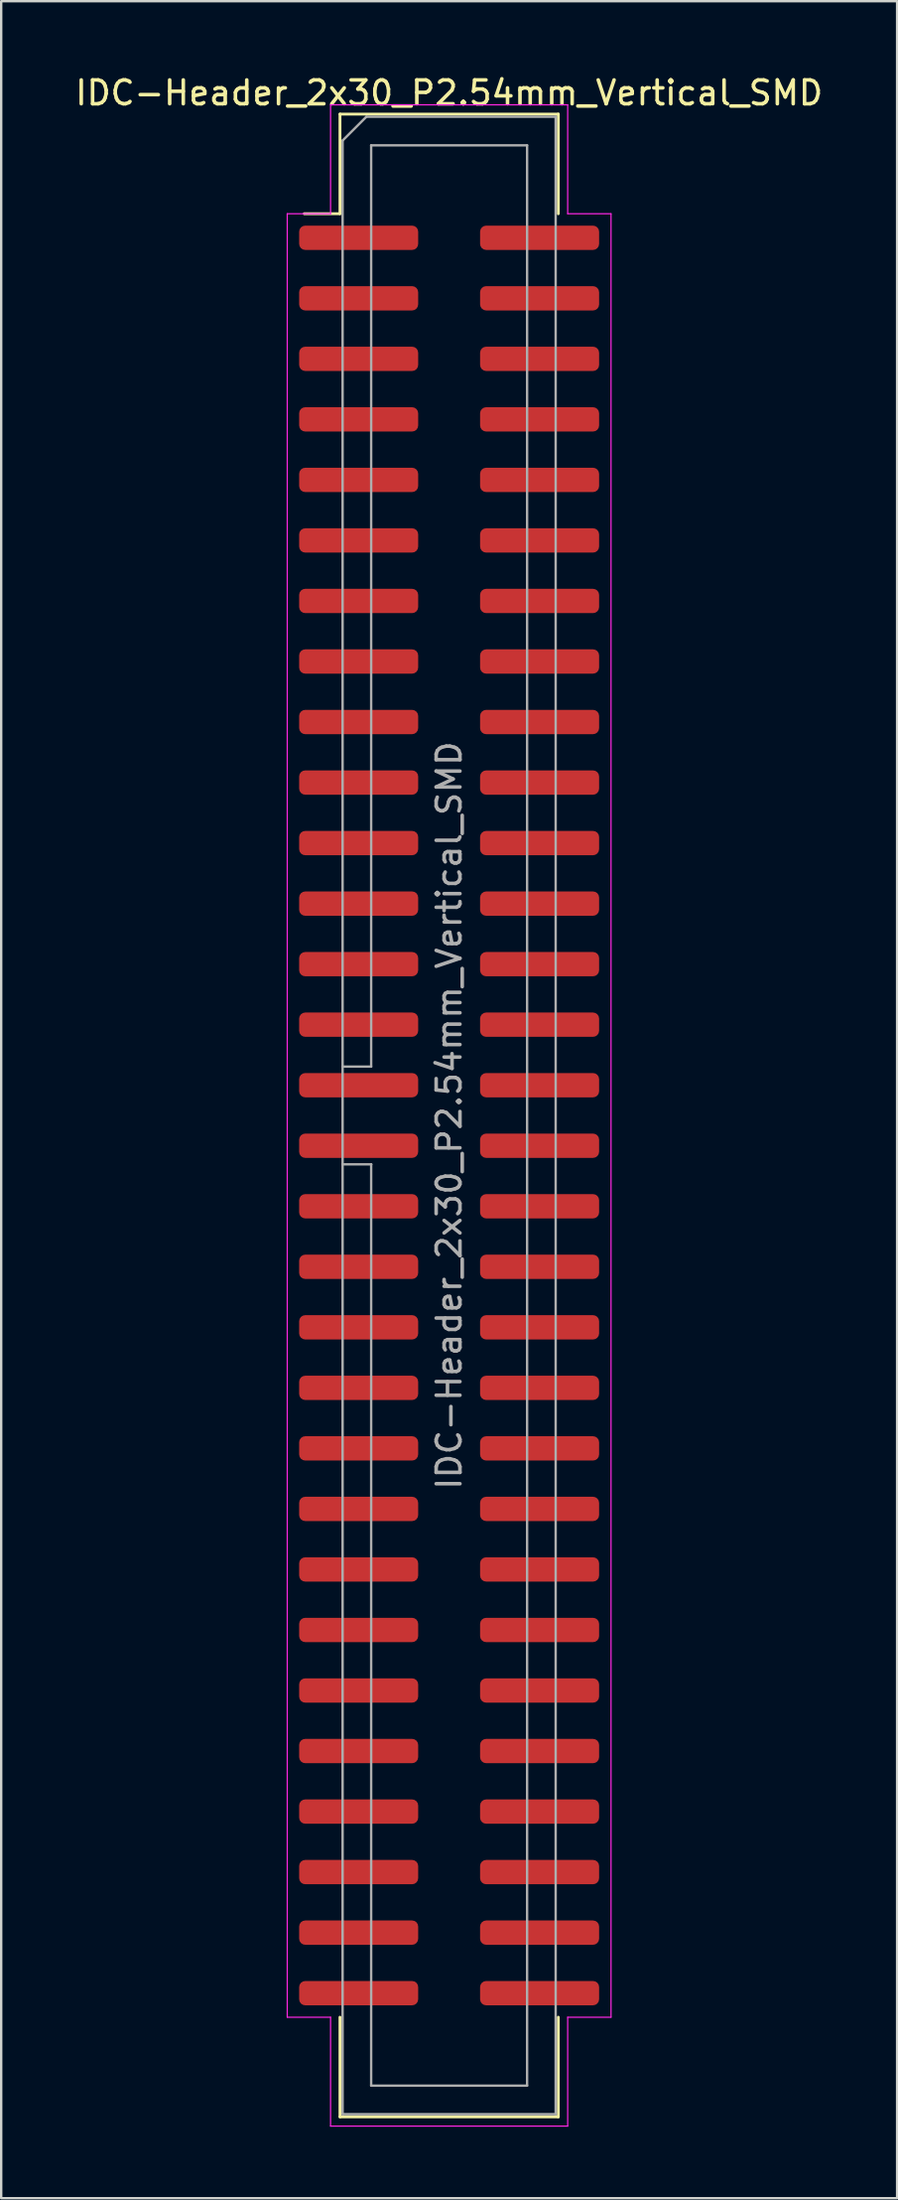
<source format=kicad_pcb>
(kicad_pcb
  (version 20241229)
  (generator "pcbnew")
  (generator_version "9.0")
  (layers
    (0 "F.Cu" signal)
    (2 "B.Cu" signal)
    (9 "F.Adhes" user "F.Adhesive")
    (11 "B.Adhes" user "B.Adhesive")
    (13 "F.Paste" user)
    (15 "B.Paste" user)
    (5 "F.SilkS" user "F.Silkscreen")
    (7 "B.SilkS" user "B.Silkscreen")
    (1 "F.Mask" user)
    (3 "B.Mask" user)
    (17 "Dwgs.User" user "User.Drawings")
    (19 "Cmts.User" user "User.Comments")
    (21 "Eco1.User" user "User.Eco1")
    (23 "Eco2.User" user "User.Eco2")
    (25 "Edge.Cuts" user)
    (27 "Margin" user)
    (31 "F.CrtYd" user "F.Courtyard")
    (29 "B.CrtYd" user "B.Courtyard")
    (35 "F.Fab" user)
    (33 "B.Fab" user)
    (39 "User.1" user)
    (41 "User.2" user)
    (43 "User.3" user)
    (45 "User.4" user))
  (footprint "IDC-Header_2x30_P2.54mm_Vertical_SMD"
    (layer "F.Cu")
    (at 15.815 43.758)
    (property "Reference" "IDC-Header_2x30_P2.54mm_Vertical_SMD" (at 0 -42.91 0) (layer "F.SilkS") (effects (font (size 1 1) (thickness 0.15))))
    (attr smd)
    (fp_line (start -4.585 -42.02) (end 4.585 -42.02) (stroke (width 0.12) (type solid)) (layer "F.SilkS"))
    (fp_line (start -4.585 -37.84) (end -6.085 -37.84) (stroke (width 0.12) (type solid)) (layer "F.SilkS"))
    (fp_line (start -4.585 -37.84) (end -4.585 -42.02) (stroke (width 0.12) (type solid)) (layer "F.SilkS"))
    (fp_line (start -4.585 37.84) (end -4.585 42.02) (stroke (width 0.12) (type solid)) (layer "F.SilkS"))
    (fp_line (start -4.585 42.02) (end 4.585 42.02) (stroke (width 0.12) (type solid)) (layer "F.SilkS"))
    (fp_line (start 4.585 -42.02) (end 4.585 -37.84) (stroke (width 0.12) (type solid)) (layer "F.SilkS"))
    (fp_line (start 4.585 42.02) (end 4.585 37.84) (stroke (width 0.12) (type solid)) (layer "F.SilkS"))
    (fp_line (start -6.8 -37.84) (end -6.8 37.84) (stroke (width 0.05) (type solid)) (layer "F.CrtYd"))
    (fp_line (start -6.8 37.84) (end -4.98 37.84) (stroke (width 0.05) (type solid)) (layer "F.CrtYd"))
    (fp_line (start -4.98 -42.41) (end -4.98 -37.84) (stroke (width 0.05) (type solid)) (layer "F.CrtYd"))
    (fp_line (start -4.98 -37.84) (end -6.8 -37.84) (stroke (width 0.05) (type solid)) (layer "F.CrtYd"))
    (fp_line (start -4.98 37.84) (end -4.98 42.41) (stroke (width 0.05) (type solid)) (layer "F.CrtYd"))
    (fp_line (start -4.98 42.41) (end 4.98 42.41) (stroke (width 0.05) (type solid)) (layer "F.CrtYd"))
    (fp_line (start 4.98 -42.41) (end -4.98 -42.41) (stroke (width 0.05) (type solid)) (layer "F.CrtYd"))
    (fp_line (start 4.98 -37.84) (end 4.98 -42.41) (stroke (width 0.05) (type solid)) (layer "F.CrtYd"))
    (fp_line (start 4.98 37.84) (end 6.8 37.84) (stroke (width 0.05) (type solid)) (layer "F.CrtYd"))
    (fp_line (start 4.98 42.41) (end 4.98 37.84) (stroke (width 0.05) (type solid)) (layer "F.CrtYd"))
    (fp_line (start 6.8 -37.84) (end 4.98 -37.84) (stroke (width 0.05) (type solid)) (layer "F.CrtYd"))
    (fp_line (start 6.8 37.84) (end 6.8 -37.84) (stroke (width 0.05) (type solid)) (layer "F.CrtYd"))
    (fp_line (start -4.475 -40.91) (end -3.475 -41.91) (stroke (width 0.1) (type solid)) (layer "F.Fab"))
    (fp_line (start -4.475 -2.05) (end -3.275 -2.05) (stroke (width 0.1) (type solid)) (layer "F.Fab"))
    (fp_line (start -4.475 41.91) (end -4.475 -40.91) (stroke (width 0.1) (type solid)) (layer "F.Fab"))
    (fp_line (start -3.475 -41.91) (end 4.475 -41.91) (stroke (width 0.1) (type solid)) (layer "F.Fab"))
    (fp_line (start -3.275 -40.71) (end 3.275 -40.71) (stroke (width 0.1) (type solid)) (layer "F.Fab"))
    (fp_line (start -3.275 -2.05) (end -3.275 -40.71) (stroke (width 0.1) (type solid)) (layer "F.Fab"))
    (fp_line (start -3.275 2.05) (end -4.475 2.05) (stroke (width 0.1) (type solid)) (layer "F.Fab"))
    (fp_line (start -3.275 2.05) (end -3.275 2.05) (stroke (width 0.1) (type solid)) (layer "F.Fab"))
    (fp_line (start -3.275 40.71) (end -3.275 2.05) (stroke (width 0.1) (type solid)) (layer "F.Fab"))
    (fp_line (start 3.275 -40.71) (end 3.275 40.71) (stroke (width 0.1) (type solid)) (layer "F.Fab"))
    (fp_line (start 3.275 40.71) (end -3.275 40.71) (stroke (width 0.1) (type solid)) (layer "F.Fab"))
    (fp_line (start 4.475 -41.91) (end 4.475 41.91) (stroke (width 0.1) (type solid)) (layer "F.Fab"))
    (fp_line (start 4.475 41.91) (end -4.475 41.91) (stroke (width 0.1) (type solid)) (layer "F.Fab"))
    (fp_text user "${REFERENCE}" (at 0 0 90) (layer "F.Fab") (effects (font (size 1 1) (thickness 0.15))))
    (pad "1" smd roundrect (at -3.8 -36.83) (size 5 1.02) (layers "F.Cu" "F.Mask" "F.Paste") (roundrect_rratio 0.25))
    (pad "2" smd roundrect (at 3.8 -36.83) (size 5 1.02) (layers "F.Cu" "F.Mask" "F.Paste") (roundrect_rratio 0.25))
    (pad "3" smd roundrect (at -3.8 -34.29) (size 5 1.02) (layers "F.Cu" "F.Mask" "F.Paste") (roundrect_rratio 0.25))
    (pad "4" smd roundrect (at 3.8 -34.29) (size 5 1.02) (layers "F.Cu" "F.Mask" "F.Paste") (roundrect_rratio 0.25))
    (pad "5" smd roundrect (at -3.8 -31.75) (size 5 1.02) (layers "F.Cu" "F.Mask" "F.Paste") (roundrect_rratio 0.25))
    (pad "6" smd roundrect (at 3.8 -31.75) (size 5 1.02) (layers "F.Cu" "F.Mask" "F.Paste") (roundrect_rratio 0.25))
    (pad "7" smd roundrect (at -3.8 -29.21) (size 5 1.02) (layers "F.Cu" "F.Mask" "F.Paste") (roundrect_rratio 0.25))
    (pad "8" smd roundrect (at 3.8 -29.21) (size 5 1.02) (layers "F.Cu" "F.Mask" "F.Paste") (roundrect_rratio 0.25))
    (pad "9" smd roundrect (at -3.8 -26.67) (size 5 1.02) (layers "F.Cu" "F.Mask" "F.Paste") (roundrect_rratio 0.25))
    (pad "10" smd roundrect (at 3.8 -26.67) (size 5 1.02) (layers "F.Cu" "F.Mask" "F.Paste") (roundrect_rratio 0.25))
    (pad "11" smd roundrect (at -3.8 -24.13) (size 5 1.02) (layers "F.Cu" "F.Mask" "F.Paste") (roundrect_rratio 0.25))
    (pad "12" smd roundrect (at 3.8 -24.13) (size 5 1.02) (layers "F.Cu" "F.Mask" "F.Paste") (roundrect_rratio 0.25))
    (pad "13" smd roundrect (at -3.8 -21.59) (size 5 1.02) (layers "F.Cu" "F.Mask" "F.Paste") (roundrect_rratio 0.25))
    (pad "14" smd roundrect (at 3.8 -21.59) (size 5 1.02) (layers "F.Cu" "F.Mask" "F.Paste") (roundrect_rratio 0.25))
    (pad "15" smd roundrect (at -3.8 -19.05) (size 5 1.02) (layers "F.Cu" "F.Mask" "F.Paste") (roundrect_rratio 0.25))
    (pad "16" smd roundrect (at 3.8 -19.05) (size 5 1.02) (layers "F.Cu" "F.Mask" "F.Paste") (roundrect_rratio 0.25))
    (pad "17" smd roundrect (at -3.8 -16.51) (size 5 1.02) (layers "F.Cu" "F.Mask" "F.Paste") (roundrect_rratio 0.25))
    (pad "18" smd roundrect (at 3.8 -16.51) (size 5 1.02) (layers "F.Cu" "F.Mask" "F.Paste") (roundrect_rratio 0.25))
    (pad "19" smd roundrect (at -3.8 -13.97) (size 5 1.02) (layers "F.Cu" "F.Mask" "F.Paste") (roundrect_rratio 0.25))
    (pad "20" smd roundrect (at 3.8 -13.97) (size 5 1.02) (layers "F.Cu" "F.Mask" "F.Paste") (roundrect_rratio 0.25))
    (pad "21" smd roundrect (at -3.8 -11.43) (size 5 1.02) (layers "F.Cu" "F.Mask" "F.Paste") (roundrect_rratio 0.25))
    (pad "22" smd roundrect (at 3.8 -11.43) (size 5 1.02) (layers "F.Cu" "F.Mask" "F.Paste") (roundrect_rratio 0.25))
    (pad "23" smd roundrect (at -3.8 -8.89) (size 5 1.02) (layers "F.Cu" "F.Mask" "F.Paste") (roundrect_rratio 0.25))
    (pad "24" smd roundrect (at 3.8 -8.89) (size 5 1.02) (layers "F.Cu" "F.Mask" "F.Paste") (roundrect_rratio 0.25))
    (pad "25" smd roundrect (at -3.8 -6.35) (size 5 1.02) (layers "F.Cu" "F.Mask" "F.Paste") (roundrect_rratio 0.25))
    (pad "26" smd roundrect (at 3.8 -6.35) (size 5 1.02) (layers "F.Cu" "F.Mask" "F.Paste") (roundrect_rratio 0.25))
    (pad "27" smd roundrect (at -3.8 -3.81) (size 5 1.02) (layers "F.Cu" "F.Mask" "F.Paste") (roundrect_rratio 0.25))
    (pad "28" smd roundrect (at 3.8 -3.81) (size 5 1.02) (layers "F.Cu" "F.Mask" "F.Paste") (roundrect_rratio 0.25))
    (pad "29" smd roundrect (at -3.8 -1.27) (size 5 1.02) (layers "F.Cu" "F.Mask" "F.Paste") (roundrect_rratio 0.25))
    (pad "30" smd roundrect (at 3.8 -1.27) (size 5 1.02) (layers "F.Cu" "F.Mask" "F.Paste") (roundrect_rratio 0.25))
    (pad "31" smd roundrect (at -3.8 1.27) (size 5 1.02) (layers "F.Cu" "F.Mask" "F.Paste") (roundrect_rratio 0.25))
    (pad "32" smd roundrect (at 3.8 1.27) (size 5 1.02) (layers "F.Cu" "F.Mask" "F.Paste") (roundrect_rratio 0.25))
    (pad "33" smd roundrect (at -3.8 3.81) (size 5 1.02) (layers "F.Cu" "F.Mask" "F.Paste") (roundrect_rratio 0.25))
    (pad "34" smd roundrect (at 3.8 3.81) (size 5 1.02) (layers "F.Cu" "F.Mask" "F.Paste") (roundrect_rratio 0.25))
    (pad "35" smd roundrect (at -3.8 6.35) (size 5 1.02) (layers "F.Cu" "F.Mask" "F.Paste") (roundrect_rratio 0.25))
    (pad "36" smd roundrect (at 3.8 6.35) (size 5 1.02) (layers "F.Cu" "F.Mask" "F.Paste") (roundrect_rratio 0.25))
    (pad "37" smd roundrect (at -3.8 8.89) (size 5 1.02) (layers "F.Cu" "F.Mask" "F.Paste") (roundrect_rratio 0.25))
    (pad "38" smd roundrect (at 3.8 8.89) (size 5 1.02) (layers "F.Cu" "F.Mask" "F.Paste") (roundrect_rratio 0.25))
    (pad "39" smd roundrect (at -3.8 11.43) (size 5 1.02) (layers "F.Cu" "F.Mask" "F.Paste") (roundrect_rratio 0.25))
    (pad "40" smd roundrect (at 3.8 11.43) (size 5 1.02) (layers "F.Cu" "F.Mask" "F.Paste") (roundrect_rratio 0.25))
    (pad "41" smd roundrect (at -3.8 13.97) (size 5 1.02) (layers "F.Cu" "F.Mask" "F.Paste") (roundrect_rratio 0.25))
    (pad "42" smd roundrect (at 3.8 13.97) (size 5 1.02) (layers "F.Cu" "F.Mask" "F.Paste") (roundrect_rratio 0.25))
    (pad "43" smd roundrect (at -3.8 16.51) (size 5 1.02) (layers "F.Cu" "F.Mask" "F.Paste") (roundrect_rratio 0.25))
    (pad "44" smd roundrect (at 3.8 16.51) (size 5 1.02) (layers "F.Cu" "F.Mask" "F.Paste") (roundrect_rratio 0.25))
    (pad "45" smd roundrect (at -3.8 19.05) (size 5 1.02) (layers "F.Cu" "F.Mask" "F.Paste") (roundrect_rratio 0.25))
    (pad "46" smd roundrect (at 3.8 19.05) (size 5 1.02) (layers "F.Cu" "F.Mask" "F.Paste") (roundrect_rratio 0.25))
    (pad "47" smd roundrect (at -3.8 21.59) (size 5 1.02) (layers "F.Cu" "F.Mask" "F.Paste") (roundrect_rratio 0.25))
    (pad "48" smd roundrect (at 3.8 21.59) (size 5 1.02) (layers "F.Cu" "F.Mask" "F.Paste") (roundrect_rratio 0.25))
    (pad "49" smd roundrect (at -3.8 24.13) (size 5 1.02) (layers "F.Cu" "F.Mask" "F.Paste") (roundrect_rratio 0.25))
    (pad "50" smd roundrect (at 3.8 24.13) (size 5 1.02) (layers "F.Cu" "F.Mask" "F.Paste") (roundrect_rratio 0.25))
    (pad "51" smd roundrect (at -3.8 26.67) (size 5 1.02) (layers "F.Cu" "F.Mask" "F.Paste") (roundrect_rratio 0.25))
    (pad "52" smd roundrect (at 3.8 26.67) (size 5 1.02) (layers "F.Cu" "F.Mask" "F.Paste") (roundrect_rratio 0.25))
    (pad "53" smd roundrect (at -3.8 29.21) (size 5 1.02) (layers "F.Cu" "F.Mask" "F.Paste") (roundrect_rratio 0.25))
    (pad "54" smd roundrect (at 3.8 29.21) (size 5 1.02) (layers "F.Cu" "F.Mask" "F.Paste") (roundrect_rratio 0.25))
    (pad "55" smd roundrect (at -3.8 31.75) (size 5 1.02) (layers "F.Cu" "F.Mask" "F.Paste") (roundrect_rratio 0.25))
    (pad "56" smd roundrect (at 3.8 31.75) (size 5 1.02) (layers "F.Cu" "F.Mask" "F.Paste") (roundrect_rratio 0.25))
    (pad "57" smd roundrect (at -3.8 34.29) (size 5 1.02) (layers "F.Cu" "F.Mask" "F.Paste") (roundrect_rratio 0.25))
    (pad "58" smd roundrect (at 3.8 34.29) (size 5 1.02) (layers "F.Cu" "F.Mask" "F.Paste") (roundrect_rratio 0.25))
    (pad "59" smd roundrect (at -3.8 36.83) (size 5 1.02) (layers "F.Cu" "F.Mask" "F.Paste") (roundrect_rratio 0.25))
    (pad "60" smd roundrect (at 3.8 36.83) (size 5 1.02) (layers "F.Cu" "F.Mask" "F.Paste") (roundrect_rratio 0.25)))
  (gr_rect
    (start -3 -3)
    (end 34.631 89.193)
    (stroke (width 0.1) (type default))
    (fill no)
    (layer "Edge.Cuts")))
</source>
